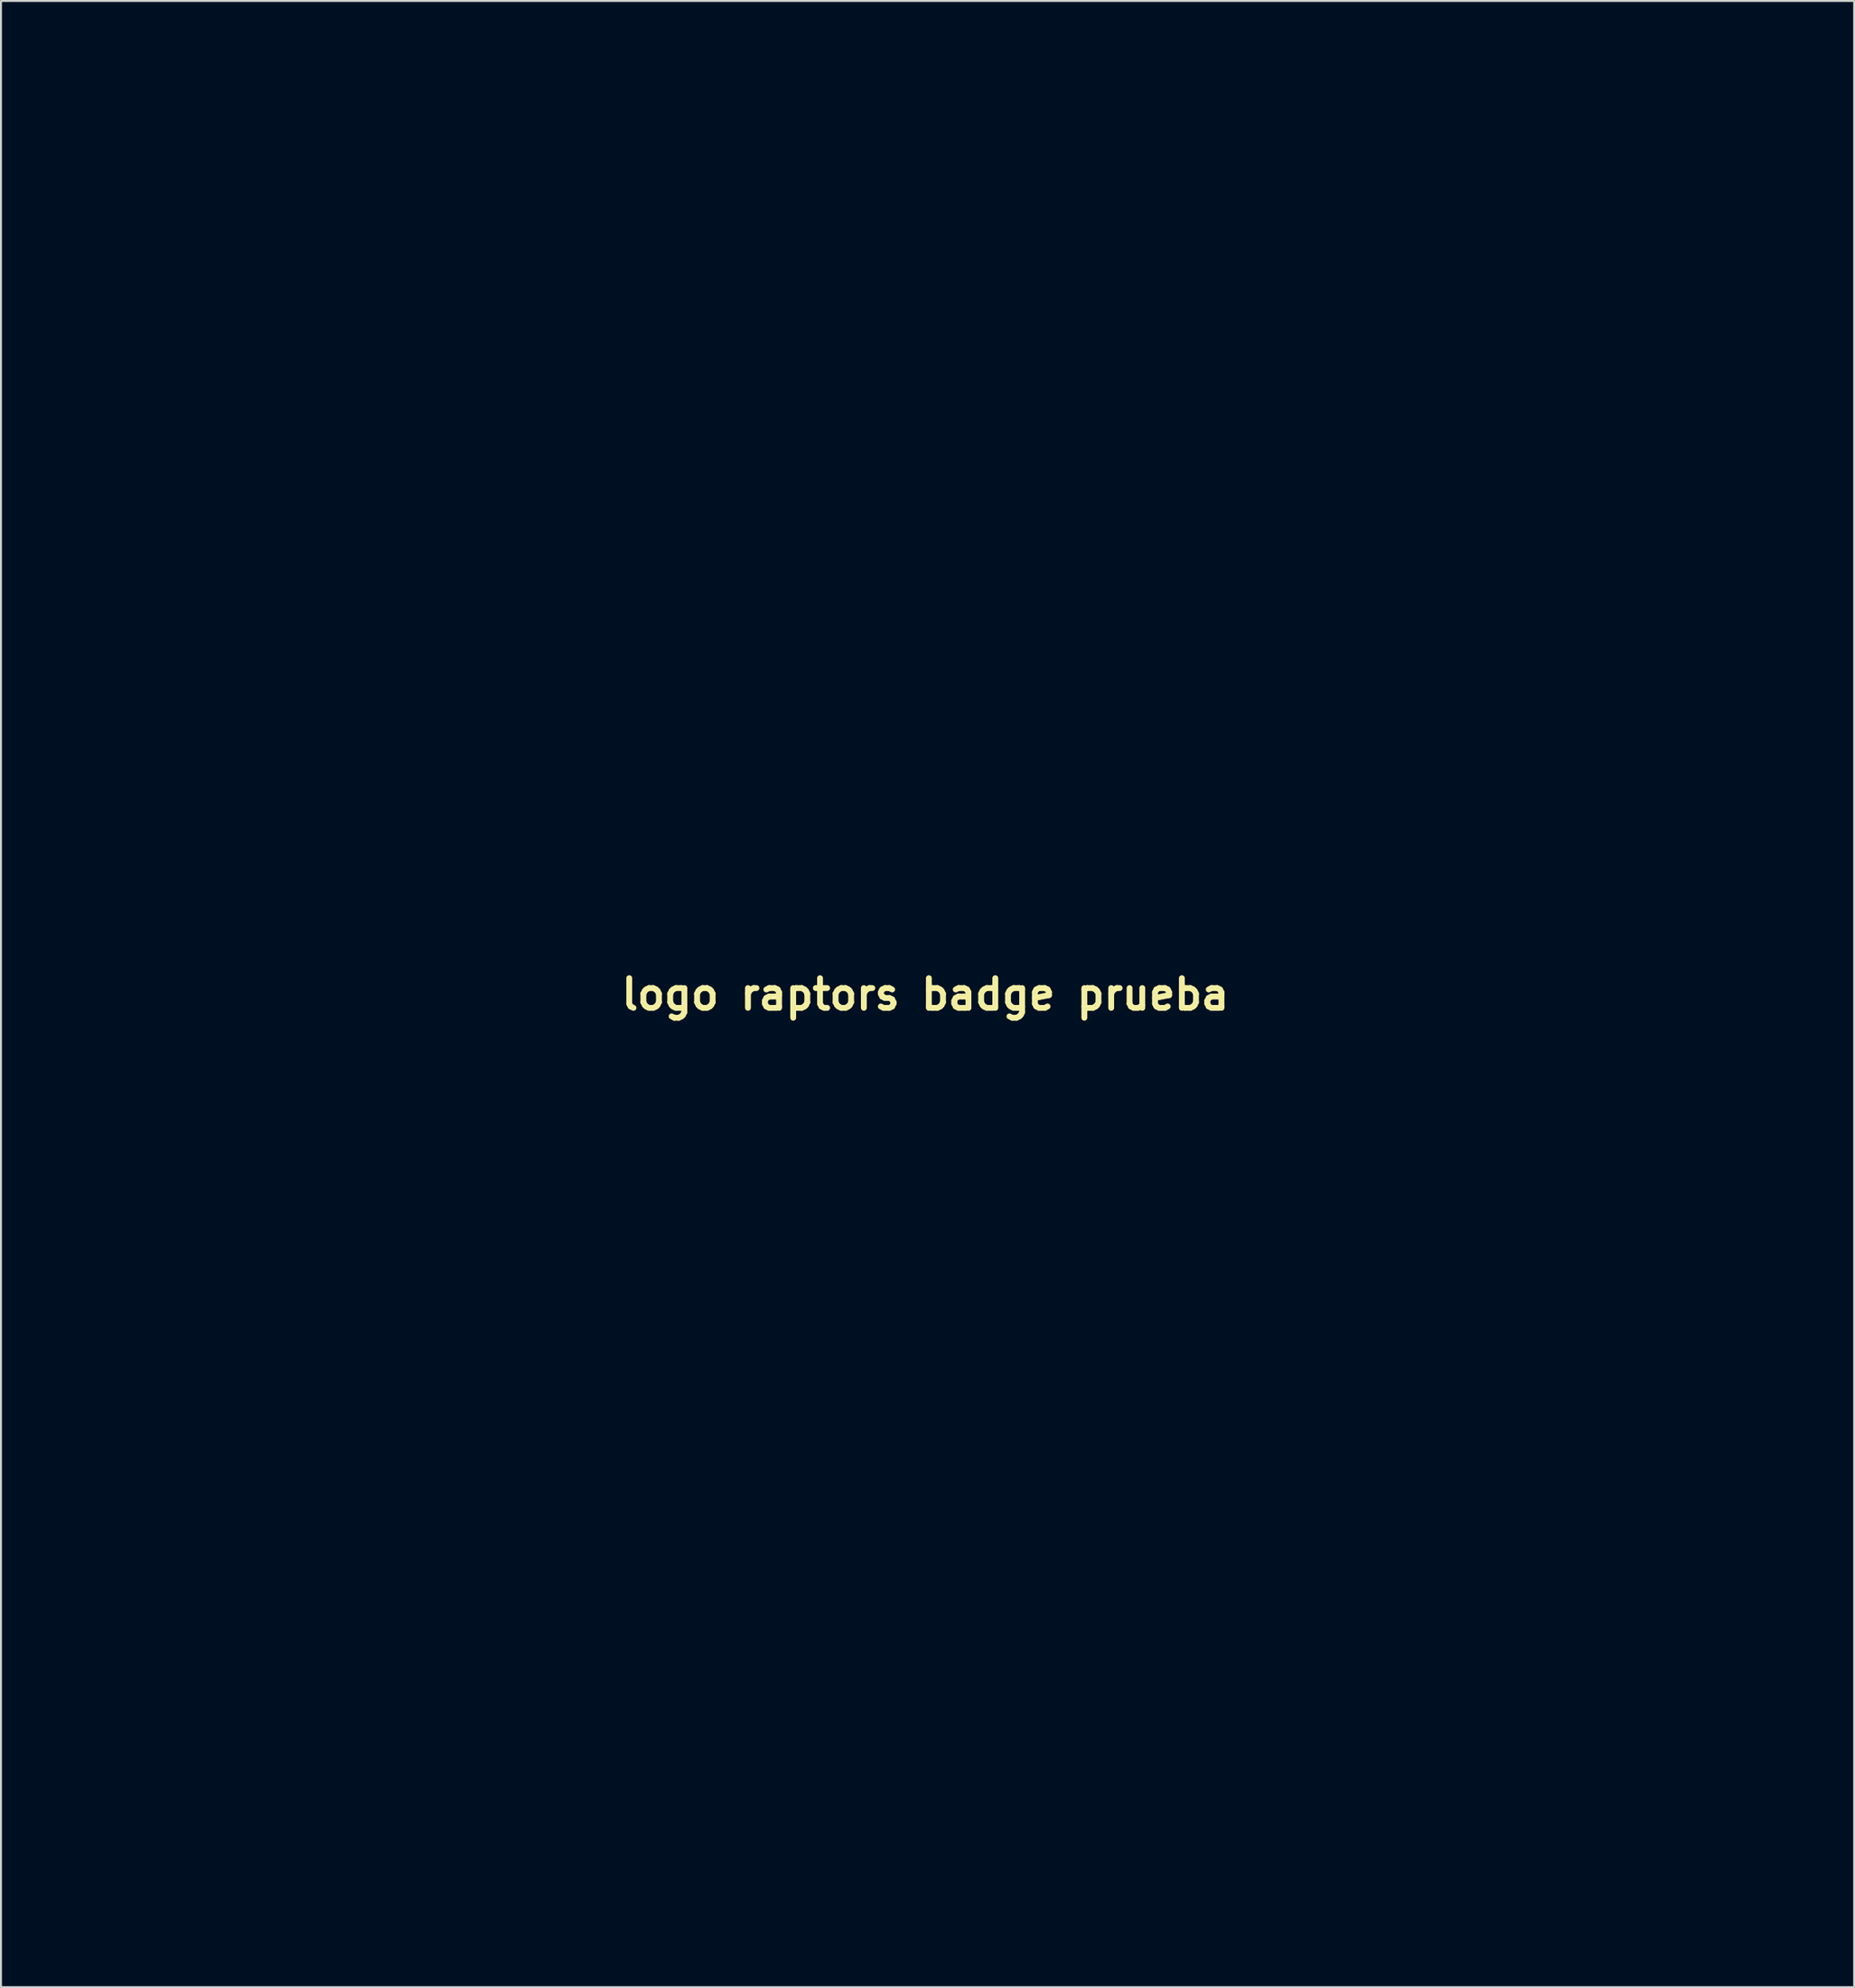
<source format=kicad_pcb>
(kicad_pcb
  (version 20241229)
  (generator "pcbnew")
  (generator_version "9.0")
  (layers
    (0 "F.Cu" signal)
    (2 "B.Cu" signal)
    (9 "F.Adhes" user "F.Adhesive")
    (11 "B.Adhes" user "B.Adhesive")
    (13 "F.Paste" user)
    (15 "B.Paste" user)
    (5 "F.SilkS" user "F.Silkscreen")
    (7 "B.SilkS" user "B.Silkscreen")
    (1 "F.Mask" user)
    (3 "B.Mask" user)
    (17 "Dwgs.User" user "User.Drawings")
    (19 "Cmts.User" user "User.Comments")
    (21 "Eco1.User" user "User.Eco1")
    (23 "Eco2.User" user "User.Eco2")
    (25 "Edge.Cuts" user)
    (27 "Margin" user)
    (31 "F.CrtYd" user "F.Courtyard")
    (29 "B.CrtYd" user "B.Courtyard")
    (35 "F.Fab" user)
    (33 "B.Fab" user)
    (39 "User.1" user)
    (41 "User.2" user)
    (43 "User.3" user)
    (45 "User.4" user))
  (footprint "logo raptors badge prueba"
    (layer "F.Cu")
    (at 44.464 47.993)
    (property "Reference" "logo raptors badge prueba" (at 0 0 0) (layer "F.SilkS") (effects (font (size 1.524 1.524) (thickness 0.3))))
    (attr through_hole)
    (fp_poly (pts (xy 25.04 -35.11) (xy 25.268 -34.666) (xy 25.111 -34.572) (xy 24.594 -34.832) (xy 24.504 -34.948) (xy 24.371 -35.408) (xy 24.645 -35.445) (xy 25.04 -35.11)) (stroke (width 0.01) (type solid)) (fill yes) (layer "F.Mask"))
    (fp_poly (pts (xy 41.152 -28.113) (xy 41.214 -27.958) (xy 40.842 -27.198) (xy 40.332 -26.23) (xy 39.79 -25.247) (xy 39.326 -24.444) (xy 39.047 -24.015) (xy 39.015 -23.989) (xy 39.025 -24.299) (xy 39.182 -25.108) (xy 39.418 -26.106) (xy 39.77 -27.32) (xy 40.106 -27.976) (xy 40.506 -28.212) (xy 40.642 -28.222) (xy 41.152 -28.113)) (stroke (width 0.01) (type solid)) (fill yes) (layer "F.Mask"))
    (fp_poly (pts (xy -11.091 8.529) (xy -10.936 8.819) (xy -11.222 9.131) (xy -11.474 9.172) (xy -11.985 9.467) (xy -12.352 10.066) (xy -12.46 11.097) (xy -12.052 11.92) (xy -11.246 12.332) (xy -11.028 12.347) (xy -10.406 12.48) (xy -10.231 12.7) (xy -10.536 12.951) (xy -11.248 13.053) (xy -12.297 12.753) (xy -12.836 12.183) (xy -13.352 10.982) (xy -13.204 9.864) (xy -12.856 9.251) (xy -12.288 8.736) (xy -11.618 8.478) (xy -11.091 8.529)) (stroke (width 0.01) (type solid)) (fill yes) (layer "F.Mask"))
    (fp_poly (pts (xy 9.02 -36.587) (xy 11.109 -35.622) (xy 11.447 -35.429) (xy 13.825 -34.043) (xy 12.469 -33.956) (xy 11.001 -33.84) (xy 9.332 -33.675) (xy 7.635 -33.483) (xy 6.083 -33.284) (xy 4.85 -33.1) (xy 4.109 -32.951) (xy 4.03 -32.926) (xy 3.647 -32.859) (xy 3.533 -33.172) (xy 3.632 -34.018) (xy 3.634 -34.035) (xy 3.999 -35.181) (xy 4.597 -36.172) (xy 4.66 -36.244) (xy 5.744 -36.904) (xy 7.214 -37.017) (xy 9.02 -36.587)) (stroke (width 0.01) (type solid)) (fill yes) (layer "F.Mask"))
    (fp_poly (pts (xy -20.534 10.325) (xy -20.308 10.71) (xy -20.103 11.537) (xy -19.937 12.472) (xy -19.744 13.345) (xy -19.437 13.695) (xy -18.827 13.701) (xy -18.659 13.677) (xy -17.859 13.656) (xy -17.425 13.82) (xy -17.422 14.078) (xy -17.857 14.295) (xy -18.845 14.516) (xy -19.272 14.592) (xy -19.972 14.666) (xy -20.333 14.455) (xy -20.53 13.789) (xy -20.612 13.3) (xy -20.811 12.158) (xy -21.007 11.189) (xy -21.045 11.024) (xy -21.059 10.391) (xy -20.841 10.231) (xy -20.534 10.325)) (stroke (width 0.01) (type solid)) (fill yes) (layer "F.Mask"))
    (fp_poly (pts (xy 11.074 4.962) (xy 10.99 5.267) (xy 10.596 5.464) (xy 9.852 5.969) (xy 9.516 6.739) (xy 9.553 7.574) (xy 9.926 8.273) (xy 10.601 8.634) (xy 11.151 8.602) (xy 11.784 8.562) (xy 11.994 8.74) (xy 11.696 9.067) (xy 11 9.369) (xy 10.208 9.519) (xy 10.166 9.52) (xy 9.824 9.264) (xy 9.288 8.625) (xy 9.17 8.463) (xy 8.682 7.632) (xy 8.623 6.9) (xy 8.808 6.208) (xy 9.348 5.228) (xy 9.975 4.811) (xy 10.691 4.763) (xy 11.074 4.962)) (stroke (width 0.01) (type solid)) (fill yes) (layer "F.Mask"))
    (fp_poly (pts (xy -7.047 8.182) (xy -6.991 8.24) (xy -6.879 8.788) (xy -7.287 9.002) (xy -7.637 8.927) (xy -8.036 8.91) (xy -8.009 9.383) (xy -7.707 10.687) (xy -7.56 11.785) (xy -7.584 12.507) (xy -7.729 12.7) (xy -8.006 12.389) (xy -8.252 11.619) (xy -8.297 11.377) (xy -8.498 10.413) (xy -8.742 9.577) (xy -8.97 9.031) (xy -9.121 8.937) (xy -9.148 9.084) (xy -9.343 9.501) (xy -9.675 9.422) (xy -9.875 8.932) (xy -9.878 8.858) (xy -9.69 8.372) (xy -9.024 8.103) (xy -8.555 8.031) (xy -7.637 8.016) (xy -7.047 8.182)) (stroke (width 0.01) (type solid)) (fill yes) (layer "F.Mask"))
    (fp_poly (pts (xy 3.765 6.147) (xy 4.011 6.679) (xy 4.245 7.713) (xy 4.409 8.695) (xy 4.479 9.833) (xy 4.257 10.332) (xy 3.77 10.179) (xy 3.048 9.364) (xy 2.98 9.27) (xy 2.042 7.938) (xy 2.233 9.254) (xy 2.265 10.153) (xy 2.114 10.747) (xy 1.843 10.883) (xy 1.647 10.677) (xy 1.516 10.202) (xy 1.351 9.26) (xy 1.235 8.421) (xy 1.147 7.062) (xy 1.291 6.336) (xy 1.651 6.258) (xy 2.212 6.842) (xy 2.468 7.23) (xy 3.067 8.129) (xy 3.384 8.396) (xy 3.448 8.032) (xy 3.328 7.232) (xy 3.254 6.343) (xy 3.446 5.998) (xy 3.465 5.997) (xy 3.765 6.147)) (stroke (width 0.01) (type solid)) (fill yes) (layer "F.Mask"))
    (fp_poly (pts (xy 13.794 4.527) (xy 14.254 5.266) (xy 14.738 6.236) (xy 15.148 7.221) (xy 15.384 8.008) (xy 15.366 8.369) (xy 15.014 8.367) (xy 14.915 8.202) (xy 14.511 7.832) (xy 13.915 7.794) (xy 13.467 8.068) (xy 13.406 8.29) (xy 13.215 8.76) (xy 13.053 8.819) (xy 12.759 8.526) (xy 12.7 8.163) (xy 12.761 7.081) (xy 12.812 6.703) (xy 13.758 6.703) (xy 13.887 6.993) (xy 13.994 6.938) (xy 14.036 6.519) (xy 13.994 6.468) (xy 13.784 6.516) (xy 13.758 6.703) (xy 12.812 6.703) (xy 12.916 5.94) (xy 13.124 4.954) (xy 13.344 4.338) (xy 13.457 4.233) (xy 13.794 4.527)) (stroke (width 0.01) (type solid)) (fill yes) (layer "F.Mask"))
    (fp_poly (pts (xy -21.864 10.573) (xy -22.072 10.875) (xy -22.924 11.164) (xy -22.931 11.165) (xy -23.668 11.471) (xy -23.975 11.89) (xy -23.796 12.241) (xy -23.283 12.347) (xy -22.676 12.519) (xy -22.666 12.891) (xy -23.107 13.18) (xy -23.573 13.666) (xy -23.636 13.963) (xy -23.506 14.333) (xy -22.998 14.4) (xy -22.401 14.311) (xy -21.545 14.259) (xy -21.176 14.431) (xy -21.37 14.717) (xy -21.96 14.947) (xy -23.137 15.196) (xy -23.852 15.092) (xy -24.25 14.524) (xy -24.477 13.384) (xy -24.521 13.031) (xy -24.632 11.89) (xy -24.673 11.074) (xy -24.643 10.785) (xy -24.248 10.658) (xy -23.427 10.481) (xy -23.195 10.438) (xy -22.254 10.384) (xy -21.864 10.573)) (stroke (width 0.01) (type solid)) (fill yes) (layer "F.Mask"))
    (fp_poly (pts (xy -14.484 9.438) (xy -14.573 9.704) (xy -15.292 9.999) (xy -15.522 10.054) (xy -16.258 10.377) (xy -16.565 10.813) (xy -16.391 11.176) (xy -15.875 11.289) (xy -15.302 11.437) (xy -15.169 11.642) (xy -15.455 11.955) (xy -15.699 11.994) (xy -16.132 12.287) (xy -16.228 12.678) (xy -16.126 13.121) (xy -15.689 13.242) (xy -14.993 13.161) (xy -14.073 13.131) (xy -13.769 13.345) (xy -14.109 13.66) (xy -14.861 13.891) (xy -15.894 14.06) (xy -16.511 13.965) (xy -16.864 13.477) (xy -17.102 12.47) (xy -17.197 11.906) (xy -17.376 10.761) (xy -17.489 9.947) (xy -17.51 9.653) (xy -17.168 9.573) (xy -16.364 9.426) (xy -15.963 9.358) (xy -14.967 9.291) (xy -14.484 9.438)) (stroke (width 0.01) (type solid)) (fill yes) (layer "F.Mask"))
    (fp_poly (pts (xy -0.456 6.482) (xy -0.455 6.889) (xy -0.612 7.103) (xy -0.725 7.525) (xy -0.27 8.113) (xy -0.067 8.295) (xy 0.548 8.93) (xy 0.673 9.514) (xy 0.515 10.102) (xy -0.012 10.975) (xy -0.701 11.177) (xy -1.487 10.691) (xy -1.563 10.611) (xy -2.007 9.805) (xy -2.003 9.757) (xy -1.224 9.757) (xy -1.025 10.095) (xy -0.632 10.442) (xy -0.336 10.183) (xy -0.263 10.058) (xy -0.188 9.293) (xy -0.387 8.955) (xy -0.779 8.608) (xy -1.076 8.867) (xy -1.148 8.992) (xy -1.224 9.757) (xy -2.003 9.757) (xy -1.925 8.922) (xy -1.742 8.071) (xy -1.711 7.544) (xy -1.543 7.048) (xy -1.082 6.596) (xy -0.6 6.419) (xy -0.456 6.482)) (stroke (width 0.01) (type solid)) (fill yes) (layer "F.Mask"))
    (fp_poly (pts (xy 7.561 5.358) (xy 7.761 5.635) (xy 7.761 5.644) (xy 7.475 5.957) (xy 7.232 5.997) (xy 6.847 6.13) (xy 6.721 6.617) (xy 6.833 7.595) (xy 6.923 8.07) (xy 7.235 8.896) (xy 7.792 9.17) (xy 7.876 9.172) (xy 8.359 9.263) (xy 8.275 9.486) (xy 7.732 9.764) (xy 6.838 10.021) (xy 6.615 10.066) (xy 5.636 10.152) (xy 5.292 9.933) (xy 5.292 9.917) (xy 5.58 9.577) (xy 5.865 9.525) (xy 6.242 9.378) (xy 6.286 8.822) (xy 6.218 8.423) (xy 6.06 7.49) (xy 5.997 6.835) (xy 5.703 6.442) (xy 5.292 6.35) (xy 4.68 6.232) (xy 4.658 5.959) (xy 5.169 5.655) (xy 5.689 5.512) (xy 6.906 5.319) (xy 7.561 5.358)) (stroke (width 0.01) (type solid)) (fill yes) (layer "F.Mask"))
    (fp_poly (pts (xy -4.125 7.336) (xy -3.403 7.7) (xy -3.166 8.291) (xy -3.512 8.991) (xy -3.716 9.182) (xy -4.031 9.557) (xy -3.898 9.974) (xy -3.479 10.459) (xy -2.95 11.161) (xy -2.941 11.494) (xy -3.351 11.423) (xy -4.08 10.912) (xy -4.276 10.734) (xy -5.37 9.701) (xy -5.127 10.848) (xy -5.08 11.64) (xy -5.269 12.012) (xy -5.567 11.861) (xy -5.777 11.377) (xy -5.935 10.66) (xy -6.119 9.584) (xy -6.187 9.129) (xy -6.28 8.467) (xy -5.468 8.467) (xy -5.36 8.744) (xy -4.96 8.819) (xy -4.375 8.676) (xy -4.233 8.467) (xy -4.518 8.15) (xy -4.742 8.114) (xy -5.342 8.329) (xy -5.468 8.467) (xy -6.28 8.467) (xy -6.417 7.498) (xy -5.237 7.318) (xy -4.125 7.336)) (stroke (width 0.01) (type solid)) (fill yes) (layer "F.Mask"))
    (fp_poly (pts (xy 6.834 13.637) (xy 7.932 14.26) (xy 9.172 15.205) (xy 9.172 25.86) (xy 8.026 27.354) (xy 7.065 28.403) (xy 6.051 28.993) (xy 5.345 29.2) (xy 4.343 29.379) (xy 3.662 29.273) (xy 2.954 28.792) (xy 2.611 28.497) (xy 1.411 27.444) (xy 1.424 21.924) (xy 1.425 21.627) (xy 3.175 21.627) (xy 3.193 23.524) (xy 3.256 24.844) (xy 3.379 25.716) (xy 3.579 26.268) (xy 3.759 26.519) (xy 4.667 27.09) (xy 5.635 27.024) (xy 6.457 26.337) (xy 6.486 26.294) (xy 6.722 25.588) (xy 6.902 24.382) (xy 7.024 22.845) (xy 7.086 21.142) (xy 7.085 19.44) (xy 7.019 17.906) (xy 6.885 16.707) (xy 6.682 16.01) (xy 6.632 15.946) (xy 5.793 15.545) (xy 4.821 15.717) (xy 3.932 16.419) (xy 3.906 16.452) (xy 3.591 16.926) (xy 3.381 17.494) (xy 3.256 18.302) (xy 3.194 19.495) (xy 3.175 21.22) (xy 3.175 21.627) (xy 1.425 21.627) (xy 1.438 16.404) (xy 2.591 15.057) (xy 3.933 13.904) (xy 5.367 13.427) (xy 6.834 13.637)) (stroke (width 0.01) (type solid)) (fill yes) (layer "F.Mask"))
    (fp_poly (pts (xy -11.761 17.883) (xy -11.182 18.352) (xy -10.833 18.795) (xy -10.655 19.401) (xy -10.592 20.355) (xy -10.583 21.674) (xy -10.603 23.144) (xy -10.702 24.135) (xy -10.936 24.869) (xy -11.366 25.572) (xy -11.708 26.03) (xy -12.556 26.984) (xy -13.39 27.492) (xy -14.354 27.721) (xy -15.875 27.95) (xy -15.875 33.161) (xy -17.992 33.161) (xy -17.992 26.882) (xy -17.975 24.374) (xy -17.969 24.146) (xy -15.843 24.146) (xy -15.827 25.055) (xy -15.717 25.534) (xy -15.48 25.72) (xy -15.08 25.753) (xy -15.021 25.753) (xy -14.135 25.501) (xy -13.419 24.981) (xy -12.99 24.344) (xy -12.768 23.467) (xy -12.7 22.13) (xy -12.7 21.989) (xy -12.722 20.768) (xy -12.831 20.074) (xy -13.089 19.728) (xy -13.554 19.555) (xy -14.507 19.372) (xy -15.132 19.468) (xy -15.504 19.945) (xy -15.7 20.908) (xy -15.793 22.461) (xy -15.801 22.67) (xy -15.843 24.146) (xy -17.969 24.146) (xy -17.923 22.508) (xy -17.83 21.22) (xy -17.693 20.445) (xy -17.551 20.154) (xy -17.359 19.867) (xy -17.704 19.861) (xy -18.08 19.945) (xy -18.767 20.044) (xy -19.019 19.74) (xy -19.05 19.162) (xy -19.021 18.668) (xy -18.846 18.333) (xy -18.388 18.087) (xy -17.513 17.859) (xy -16.087 17.579) (xy -15.994 17.562) (xy -12.938 16.985) (xy -11.761 17.883)) (stroke (width 0.01) (type solid)) (fill yes) (layer "F.Mask"))
    (fp_poly (pts (xy -0.465 15.132) (xy -0.404 15.933) (xy -0.422 16.492) (xy -0.537 17.533) (xy -0.774 18.06) (xy -1.229 18.266) (xy -1.323 18.281) (xy -1.944 18.214) (xy -2.117 17.672) (xy -2.117 17.663) (xy -2.354 17.057) (xy -2.822 16.933) (xy -3.062 16.961) (xy -3.24 17.105) (xy -3.366 17.456) (xy -3.449 18.106) (xy -3.497 19.145) (xy -3.52 20.664) (xy -3.527 22.754) (xy -3.528 23.976) (xy -3.532 26.381) (xy -3.549 28.176) (xy -3.59 29.456) (xy -3.661 30.319) (xy -3.773 30.858) (xy -3.934 31.171) (xy -4.152 31.352) (xy -4.21 31.385) (xy -4.685 31.615) (xy -5.042 31.676) (xy -5.297 31.488) (xy -5.467 30.972) (xy -5.571 30.049) (xy -5.623 28.64) (xy -5.642 26.666) (xy -5.644 24.694) (xy -5.647 22.298) (xy -5.662 20.515) (xy -5.697 19.257) (xy -5.762 18.431) (xy -5.866 17.948) (xy -6.018 17.715) (xy -6.227 17.643) (xy -6.343 17.639) (xy -7.001 17.954) (xy -7.257 18.495) (xy -7.68 19.283) (xy -8.327 19.657) (xy -8.851 19.559) (xy -9.076 19.083) (xy -9.163 18.221) (xy -9.117 17.282) (xy -8.942 16.571) (xy -8.806 16.396) (xy -8.357 16.261) (xy -7.389 16.04) (xy -6.078 15.768) (xy -4.602 15.478) (xy -3.136 15.205) (xy -1.857 14.982) (xy -0.942 14.845) (xy -0.626 14.817) (xy -0.465 15.132)) (stroke (width 0.01) (type solid)) (fill yes) (layer "F.Mask"))
    (fp_poly (pts (xy 4.057 -11.591) (xy 5.956 -10.02) (xy 7.481 -8.947) (xy 8.707 -8.327) (xy 9.708 -8.115) (xy 9.77 -8.114) (xy 10.592 -8.058) (xy 10.88 -7.818) (xy 10.834 -7.41) (xy 10.793 -7.017) (xy 11.02 -6.853) (xy 11.637 -6.912) (xy 12.769 -7.19) (xy 13.194 -7.305) (xy 13.673 -7.327) (xy 13.635 -6.92) (xy 13.291 -6.064) (xy 13.17 -5.765) (xy 13.111 -5.391) (xy 13.467 -5.303) (xy 14.14 -5.399) (xy 15.243 -5.625) (xy 16.18 -5.859) (xy 16.665 -5.944) (xy 16.847 -5.749) (xy 16.736 -5.15) (xy 16.34 -4.027) (xy 16.324 -3.984) (xy 16.474 -3.771) (xy 17.07 -3.821) (xy 17.927 -4.085) (xy 18.858 -4.513) (xy 19.276 -4.763) (xy 19.897 -5.116) (xy 20.195 -5.046) (xy 20.333 -4.764) (xy 20.421 -4.028) (xy 20.335 -3.164) (xy 20.24 -2.433) (xy 20.301 -2.117) (xy 20.305 -2.117) (xy 20.96 -2.296) (xy 21.879 -2.727) (xy 22.753 -3.247) (xy 23.238 -3.65) (xy 23.794 -4.158) (xy 24.143 -4.053) (xy 24.313 -3.305) (xy 24.342 -2.469) (xy 24.375 -1.463) (xy 24.462 -0.824) (xy 24.529 -0.706) (xy 24.947 -0.829) (xy 25.743 -1.135) (xy 25.949 -1.22) (xy 27.025 -1.933) (xy 27.828 -3.139) (xy 27.88 -3.249) (xy 28.58 -4.763) (xy 28.456 -2.681) (xy 28.26 -1.2) (xy 27.813 -0.26) (xy 27.01 0.211) (xy 25.744 0.286) (xy 24.342 0.11) (xy 19.654 -1.021) (xy 15.207 -2.807) (xy 11.039 -5.227) (xy 7.19 -8.261) (xy 5.292 -10.111) (xy 4.437 -11.023) (xy 3.938 -11.591) (xy 3.843 -11.758) (xy 4.057 -11.591)) (stroke (width 0.01) (type solid)) (fill yes) (layer "F.Mask"))
    (fp_poly (pts (xy 16.553 11.9) (xy 17.419 12.423) (xy 17.786 12.722) (xy 18.448 13.341) (xy 18.826 13.89) (xy 19 14.595) (xy 19.048 15.684) (xy 19.05 16.319) (xy 19.01 17.743) (xy 18.851 18.71) (xy 18.512 19.468) (xy 18.158 19.976) (xy 17.266 21.145) (xy 18.523 23.64) (xy 19.202 25.081) (xy 19.507 26.021) (xy 19.439 26.556) (xy 19.001 26.782) (xy 18.588 26.81) (xy 18.079 26.649) (xy 17.548 26.092) (xy 16.901 25.028) (xy 16.621 24.498) (xy 15.942 23.267) (xy 15.429 22.574) (xy 14.979 22.302) (xy 14.681 22.295) (xy 14.292 22.423) (xy 14.046 22.774) (xy 13.892 23.498) (xy 13.779 24.747) (xy 13.758 25.047) (xy 13.65 26.404) (xy 13.512 27.209) (xy 13.291 27.616) (xy 12.931 27.781) (xy 12.773 27.808) (xy 11.965 27.922) (xy 12.068 21.197) (xy 12.1 18.863) (xy 12.109 17.145) (xy 12.088 15.954) (xy 12.03 15.2) (xy 11.928 14.793) (xy 11.775 14.644) (xy 11.564 14.665) (xy 11.553 14.668) (xy 11.113 14.67) (xy 10.95 14.191) (xy 13.758 14.191) (xy 13.758 20.538) (xy 14.728 20.302) (xy 15.692 19.842) (xy 16.308 19.293) (xy 16.722 18.372) (xy 16.914 17.123) (xy 16.879 15.833) (xy 16.61 14.787) (xy 16.405 14.464) (xy 15.546 14.027) (xy 14.817 14.036) (xy 13.758 14.191) (xy 10.95 14.191) (xy 10.948 14.186) (xy 10.936 13.806) (xy 10.986 13.189) (xy 11.23 12.787) (xy 11.811 12.52) (xy 12.868 12.305) (xy 13.758 12.171) (xy 14.862 11.995) (xy 15.737 11.826) (xy 15.934 11.778) (xy 16.553 11.9)) (stroke (width 0.01) (type solid)) (fill yes) (layer "F.Mask"))
    (fp_poly (pts (xy 27.709 7.361) (xy 28.516 7.884) (xy 29.016 8.308) (xy 29.882 9.241) (xy 30.273 10.08) (xy 30.339 10.744) (xy 30.29 11.616) (xy 30.015 12.081) (xy 29.324 12.36) (xy 28.84 12.482) (xy 28.146 12.572) (xy 27.898 12.256) (xy 27.869 11.719) (xy 27.633 10.607) (xy 26.913 10.005) (xy 26.076 9.878) (xy 25.106 10.199) (xy 24.383 11.062) (xy 24.015 12.32) (xy 23.989 12.791) (xy 24.022 13.342) (xy 24.198 13.77) (xy 24.634 14.175) (xy 25.446 14.658) (xy 26.75 15.319) (xy 27.164 15.522) (xy 30.339 17.078) (xy 30.332 19.564) (xy 30.306 20.892) (xy 30.176 21.778) (xy 29.846 22.483) (xy 29.221 23.273) (xy 28.832 23.709) (xy 27.863 24.694) (xy 27.038 25.249) (xy 26.104 25.527) (xy 25.753 25.58) (xy 24.701 25.656) (xy 23.932 25.464) (xy 23.102 24.901) (xy 22.842 24.688) (xy 22.025 23.927) (xy 21.637 23.233) (xy 21.523 22.278) (xy 21.519 21.888) (xy 21.566 20.833) (xy 21.762 20.277) (xy 22.193 20.013) (xy 22.313 19.978) (xy 23.285 19.793) (xy 23.792 20.002) (xy 24.008 20.731) (xy 24.057 21.248) (xy 24.202 22.247) (xy 24.542 22.785) (xy 25.13 23.079) (xy 26.185 23.133) (xy 27.063 22.595) (xy 27.659 21.573) (xy 27.869 20.233) (xy 27.869 18.718) (xy 24.701 17.032) (xy 21.532 15.346) (xy 21.526 13.268) (xy 21.573 12.002) (xy 21.8 11.078) (xy 22.321 10.163) (xy 22.825 9.478) (xy 23.756 8.395) (xy 24.586 7.798) (xy 25.382 7.557) (xy 26.377 7.378) (xy 27.12 7.225) (xy 27.164 7.214) (xy 27.709 7.361)) (stroke (width 0.01) (type solid)) (fill yes) (layer "F.Mask"))
    (fp_poly (pts (xy -22.207 18.954) (xy -22.099 19.352) (xy -21.913 20.327) (xy -21.668 21.758) (xy -21.382 23.523) (xy -21.074 25.502) (xy -20.763 27.573) (xy -20.467 29.614) (xy -20.207 31.504) (xy -20 33.122) (xy -19.995 33.161) (xy -20.222 33.598) (xy -20.828 33.81) (xy -21.508 33.751) (xy -21.915 33.457) (xy -22.127 32.787) (xy -22.22 31.836) (xy -22.22 31.827) (xy -22.376 30.891) (xy -22.898 30.464) (xy -23.883 30.49) (xy -24.385 30.604) (xy -25.082 30.838) (xy -25.476 31.214) (xy -25.705 31.937) (xy -25.846 32.807) (xy -26.01 33.866) (xy -26.145 34.581) (xy -26.2 34.764) (xy -26.563 34.882) (xy -27.23 35.053) (xy -27.868 35.154) (xy -28.08 34.909) (xy -28.013 34.146) (xy -28.011 34.132) (xy -27.529 30.805) (xy -27.161 28.212) (xy -25.047 28.212) (xy -24.793 28.49) (xy -24.078 28.408) (xy -23.327 28.187) (xy -22.969 28.026) (xy -22.943 27.63) (xy -23.022 26.746) (xy -23.176 25.561) (xy -23.376 24.261) (xy -23.592 23.036) (xy -23.795 22.073) (xy -23.955 21.559) (xy -23.994 21.519) (xy -24.116 21.839) (xy -24.295 22.678) (xy -24.502 23.853) (xy -24.71 25.183) (xy -24.889 26.487) (xy -25.01 27.581) (xy -25.047 28.212) (xy -27.161 28.212) (xy -27.147 28.11) (xy -26.857 25.983) (xy -26.654 24.36) (xy -26.531 23.174) (xy -26.48 22.362) (xy -26.496 21.859) (xy -26.572 21.6) (xy -26.701 21.52) (xy -26.718 21.519) (xy -27.079 21.223) (xy -27.099 20.549) (xy -26.978 20.013) (xy -26.659 19.665) (xy -25.975 19.406) (xy -24.765 19.139) (xy -24.72 19.131) (xy -23.525 18.94) (xy -22.616 18.879) (xy -22.207 18.954)) (stroke (width 0.01) (type solid)) (fill yes) (layer "F.Mask"))
    (fp_poly (pts (xy -32.967 18.454) (xy -32.38 18.688) (xy -31.793 19.152) (xy -31.309 19.604) (xy -30.644 20.264) (xy -30.25 20.822) (xy -30.057 21.494) (xy -29.992 22.494) (xy -29.986 23.595) (xy -30.013 25.048) (xy -30.132 26.032) (xy -30.404 26.782) (xy -30.885 27.536) (xy -31.01 27.706) (xy -32.034 29.079) (xy -30.473 32.187) (xy -29.714 33.78) (xy -29.318 34.82) (xy -29.273 35.349) (xy -29.361 35.431) (xy -30.304 35.696) (xy -30.958 35.738) (xy -31.465 35.461) (xy -31.965 34.772) (xy -32.599 33.576) (xy -32.839 33.101) (xy -33.601 31.669) (xy -34.166 30.82) (xy -34.591 30.479) (xy -34.797 30.485) (xy -35.463 30.671) (xy -35.659 30.692) (xy -35.807 31.017) (xy -35.919 31.885) (xy -35.978 33.132) (xy -35.983 33.649) (xy -35.997 35.099) (xy -36.062 35.995) (xy -36.216 36.487) (xy -36.497 36.726) (xy -36.777 36.819) (xy -37.33 36.962) (xy -37.745 36.998) (xy -38.043 36.844) (xy -38.243 36.418) (xy -38.364 35.637) (xy -38.427 34.418) (xy -38.45 32.677) (xy -38.453 30.334) (xy -38.453 29.704) (xy -38.44 27.001) (xy -38.398 24.939) (xy -38.324 23.457) (xy -38.215 22.489) (xy -38.066 21.974) (xy -38.012 21.897) (xy -37.812 21.593) (xy -38.14 21.572) (xy -38.541 21.657) (xy -39.188 21.753) (xy -39.456 21.506) (xy -39.475 21.249) (xy -35.983 21.249) (xy -35.983 24.736) (xy -35.973 26.332) (xy -35.924 27.352) (xy -35.812 27.921) (xy -35.612 28.169) (xy -35.305 28.222) (xy -34.607 28.004) (xy -33.736 27.465) (xy -33.541 27.309) (xy -32.944 26.746) (xy -32.618 26.178) (xy -32.482 25.369) (xy -32.456 24.142) (xy -32.489 22.865) (xy -32.628 22.092) (xy -32.929 21.622) (xy -33.249 21.377) (xy -34.279 21.037) (xy -35.013 21.057) (xy -35.983 21.249) (xy -39.475 21.249) (xy -39.511 20.742) (xy -39.511 20.644) (xy -39.475 19.825) (xy -39.385 19.414) (xy -39.366 19.403) (xy -38.975 19.341) (xy -38.068 19.177) (xy -36.819 18.943) (xy -36.455 18.874) (xy -34.831 18.571) (xy -33.726 18.423) (xy -32.967 18.454)) (stroke (width 0.01) (type solid)) (fill yes) (layer "F.Mask"))
    (fp_poly (pts (xy 20.983 -23.21) (xy 24.412 -23.061) (xy 27.383 -22.771) (xy 29.787 -22.343) (xy 30.138 -22.255) (xy 31.682 -21.777) (xy 33.243 -21.175) (xy 34.664 -20.525) (xy 35.79 -19.9) (xy 36.464 -19.374) (xy 36.577 -19.195) (xy 36.372 -18.81) (xy 35.719 -18.271) (xy 34.818 -17.708) (xy 33.866 -17.251) (xy 33.362 -17.084) (xy 32.703 -17.015) (xy 32.467 -17.16) (xy 32.669 -17.651) (xy 32.996 -18.147) (xy 33.457 -18.886) (xy 33.402 -19.155) (xy 32.859 -18.923) (xy 32.512 -18.683) (xy 31.717 -18.237) (xy 30.671 -17.821) (xy 29.601 -17.504) (xy 28.737 -17.356) (xy 28.321 -17.423) (xy 28.403 -17.781) (xy 28.797 -18.504) (xy 29.063 -18.914) (xy 29.575 -19.731) (xy 29.833 -20.274) (xy 29.835 -20.377) (xy 29.475 -20.306) (xy 28.688 -19.985) (xy 27.993 -19.654) (xy 26.734 -19.099) (xy 25.552 -18.7) (xy 24.607 -18.499) (xy 24.061 -18.535) (xy 23.989 -18.651) (xy 24.225 -19.077) (xy 24.727 -19.609) (xy 25.561 -20.45) (xy 25.817 -20.924) (xy 25.502 -21.009) (xy 24.623 -20.685) (xy 24.407 -20.582) (xy 23.066 -20.04) (xy 21.646 -19.632) (xy 21.167 -19.541) (xy 19.579 -19.308) (xy 20.549 -20.345) (xy 21.266 -21.166) (xy 21.442 -21.567) (xy 21.057 -21.599) (xy 20.197 -21.348) (xy 18.903 -20.979) (xy 17.654 -20.728) (xy 16.625 -20.617) (xy 15.992 -20.669) (xy 15.875 -20.789) (xy 16.132 -21.271) (xy 16.228 -21.343) (xy 16.58 -21.774) (xy 16.422 -22.088) (xy 15.963 -22.057) (xy 15.253 -21.856) (xy 14.174 -21.631) (xy 13.651 -21.54) (xy 12.641 -21.408) (xy 12.18 -21.458) (xy 12.13 -21.712) (xy 12.152 -21.775) (xy 12.142 -21.97) (xy 11.871 -22.095) (xy 11.242 -22.154) (xy 10.162 -22.154) (xy 8.534 -22.097) (xy 7.144 -22.034) (xy 5.339 -21.96) (xy 3.833 -21.922) (xy 2.741 -21.922) (xy 2.18 -21.96) (xy 2.134 -21.992) (xy 2.53 -22.087) (xy 3.518 -22.225) (xy 4.984 -22.394) (xy 6.817 -22.582) (xy 8.904 -22.774) (xy 9.013 -22.784) (xy 13.176 -23.074) (xy 17.201 -23.215) (xy 20.983 -23.21)) (stroke (width 0.01) (type solid)) (fill yes) (layer "F.Mask"))
    (fp_poly (pts (xy 9.747 -47.606) (xy 12.391 -46.615) (xy 14.539 -45.412) (xy 15.627 -44.736) (xy 16.341 -44.396) (xy 16.895 -44.342) (xy 17.505 -44.522) (xy 17.791 -44.639) (xy 19.821 -45.169) (xy 21.726 -45.006) (xy 23.508 -44.15) (xy 25.172 -42.599) (xy 25.665 -41.977) (xy 26.85 -40.398) (xy 27.728 -39.288) (xy 28.398 -38.542) (xy 28.963 -38.055) (xy 29.523 -37.721) (xy 29.915 -37.543) (xy 31.658 -37.152) (xy 32.569 -37.201) (xy 33.389 -37.271) (xy 34.034 -37.105) (xy 34.746 -36.598) (xy 35.419 -35.978) (xy 36.707 -34.794) (xy 37.663 -34.05) (xy 38.432 -33.669) (xy 39.159 -33.57) (xy 39.717 -33.627) (xy 40.605 -33.678) (xy 41.109 -33.386) (xy 41.319 -33.051) (xy 42.149 -31.82) (xy 43.186 -30.805) (xy 44.014 -30.308) (xy 44.508 -30.03) (xy 44.687 -29.562) (xy 44.625 -28.671) (xy 44.601 -28.494) (xy 43.984 -25.531) (xy 43.021 -22.701) (xy 41.784 -20.158) (xy 40.342 -18.057) (xy 39.318 -16.992) (xy 37.193 -15.505) (xy 34.707 -14.5) (xy 31.766 -13.942) (xy 30.632 -13.848) (xy 27.574 -13.664) (xy 28.976 -10.883) (xy 29.868 -8.851) (xy 30.613 -6.656) (xy 31.141 -4.538) (xy 31.383 -2.737) (xy 31.391 -2.458) (xy 31.306 -1.606) (xy 31.083 -0.412) (xy 30.91 0.314) (xy 30.422 2.194) (xy 31.88 1.965) (xy 33.21 1.756) (xy 34.529 1.549) (xy 34.66 1.528) (xy 35.983 1.321) (xy 35.983 27.521) (xy 32.055 31.576) (xy 30.706 32.95) (xy 29.517 34.125) (xy 28.58 35.015) (xy 27.983 35.533) (xy 27.822 35.631) (xy 27.68 35.306) (xy 27.573 34.442) (xy 27.52 33.208) (xy 27.517 32.808) (xy 27.507 31.498) (xy 27.48 30.513) (xy 27.441 30.019) (xy 27.428 29.991) (xy 27.074 30.054) (xy 26.101 30.232) (xy 24.585 30.511) (xy 22.602 30.877) (xy 20.226 31.316) (xy 17.533 31.814) (xy 14.599 32.357) (xy 13.935 32.48) (xy 8.746 33.441) (xy 4.184 34.285) (xy 0.18 35.024) (xy -3.333 35.671) (xy -6.423 36.237) (xy -9.158 36.735) (xy -11.605 37.177) (xy -13.832 37.576) (xy -15.907 37.944) (xy -17.896 38.292) (xy -19.868 38.634) (xy -21.891 38.981) (xy -22.931 39.158) (xy -25.355 39.573) (xy -27.581 39.958) (xy -29.504 40.294) (xy -31.019 40.563) (xy -32.02 40.746) (xy -32.367 40.815) (xy -32.73 40.938) (xy -32.961 41.197) (xy -33.09 41.726) (xy -33.147 42.664) (xy -33.161 44.145) (xy -33.161 44.488) (xy -33.187 46.2) (xy -33.273 47.291) (xy -33.429 47.841) (xy -33.602 47.95) (xy -34.036 47.764) (xy -34.962 47.268) (xy -36.272 46.523) (xy -37.86 45.588) (xy -39.251 44.75) (xy -44.459 41.579) (xy -44.366 28.648) (xy -44.288 17.751) (xy -42.151 17.751) (xy -42.149 18.106) (xy -42.141 19.082) (xy -42.128 20.597) (xy -42.11 22.565) (xy -42.088 24.904) (xy -42.062 27.529) (xy -42.046 29.177) (xy -41.936 40.54) (xy -38.871 42.319) (xy -35.807 44.099) (xy -35.703 41.632) (xy -35.626 40.324) (xy -35.497 39.56) (xy -35.259 39.176) (xy -34.86 39.009) (xy -34.821 39.001) (xy -34.079 38.855) (xy -32.773 38.608) (xy -31.034 38.283) (xy -28.992 37.906) (xy -26.779 37.5) (xy -24.523 37.089) (xy -22.357 36.697) (xy -20.461 36.357) (xy -18.645 36.047) (xy -16.893 35.77) (xy -15.431 35.562) (xy -14.64 35.469) (xy -13.507 35.325) (xy -11.942 35.08) (xy -10.204 34.774) (xy -9.349 34.612) (xy -7.53 34.262) (xy -5.668 33.913) (xy -4.065 33.622) (xy -3.528 33.529) (xy -1.878 33.221) (xy -0.108 32.854) (xy 0.882 32.63) (xy 1.713 32.45) (xy 3.094 32.173) (xy 4.93 31.817) (xy 7.13 31.398) (xy 9.601 30.934) (xy 12.248 30.441) (xy 14.98 29.937) (xy 17.703 29.439) (xy 20.325 28.964) (xy 22.751 28.528) (xy 24.89 28.149) (xy 26.647 27.844) (xy 27.931 27.631) (xy 28.648 27.525) (xy 28.749 27.517) (xy 29.064 27.683) (xy 29.229 28.273) (xy 29.28 29.42) (xy 29.281 29.535) (xy 29.281 31.553) (xy 31.574 29.281) (xy 33.867 27.008) (xy 33.867 16.547) (xy 33.86 13.849) (xy 33.84 11.338) (xy 33.81 9.113) (xy 33.771 7.272) (xy 33.725 5.915) (xy 33.673 5.139) (xy 33.659 5.046) (xy 33.451 4.006) (xy 30.748 4.49) (xy 29.306 4.753) (xy 27.423 5.102) (xy 25.354 5.489) (xy 23.508 5.839) (xy 21.772 6.162) (xy 20.263 6.431) (xy 19.13 6.619) (xy 18.52 6.701) (xy 18.481 6.703) (xy 18.124 6.401) (xy 17.993 5.47) (xy 17.992 5.329) (xy 17.992 3.956) (xy 19.491 4.302) (xy 20.727 4.469) (xy 22.226 4.512) (xy 23.042 4.473) (xy 25.265 3.99) (xy 27.026 2.982) (xy 28.298 1.479) (xy 29.055 -0.489) (xy 29.273 -2.55) (xy 29.199 -3.691) (xy 28.997 -4.97) (xy 28.708 -6.251) (xy 28.371 -7.396) (xy 28.029 -8.267) (xy 27.722 -8.727) (xy 27.49 -8.637) (xy 27.479 -8.609) (xy 27.13 -7.683) (xy 26.962 -7.232) (xy 26.702 -6.526) (xy 26.557 -7.232) (xy 26.228 -8.521) (xy 25.858 -9.515) (xy 25.502 -10.128) (xy 25.218 -10.272) (xy 25.061 -9.861) (xy 25.047 -9.546) (xy 24.892 -8.897) (xy 24.553 -8.591) (xy 24.223 -8.772) (xy 24.173 -8.885) (xy 23.936 -9.532) (xy 23.605 -10.407) (xy 23.199 -11.465) (xy 22.859 -10.495) (xy 22.475 -9.712) (xy 22.098 -9.626) (xy 21.705 -10.241) (xy 21.553 -10.638) (xy 21.265 -11.37) (xy 20.992 -11.519) (xy 20.523 -11.168) (xy 20.429 -11.083) (xy 19.876 -10.637) (xy 19.539 -10.676) (xy 19.195 -11.096) (xy 18.804 -11.761) (xy 18.697 -12.117) (xy 18.482 -12.165) (xy 17.99 -11.816) (xy 17.458 -11.41) (xy 17.121 -11.432) (xy 16.903 -11.971) (xy 16.726 -13.114) (xy 16.702 -13.312) (xy 16.686 -14.533) (xy 16.861 -15.895) (xy 17.175 -17.198) (xy 17.578 -18.242) (xy 18.019 -18.825) (xy 18.117 -18.872) (xy 18.65 -18.954) (xy 19.674 -19.052) (xy 20.977 -19.146) (xy 21.091 -19.153) (xy 22.398 -19.223) (xy 23.116 -19.215) (xy 23.359 -19.101) (xy 23.243 -18.854) (xy 23.094 -18.683) (xy 22.724 -18.196) (xy 22.881 -17.959) (xy 23.169 -17.858) (xy 23.916 -17.81) (xy 24.96 -17.938) (xy 25.224 -17.994) (xy 26.308 -18.21) (xy 27.204 -18.321) (xy 27.34 -18.325) (xy 27.74 -18.272) (xy 27.672 -18.034) (xy 27.096 -17.487) (xy 27.056 -17.451) (xy 26.066 -16.581) (xy 27.411 -16.581) (xy 28.694 -16.679) (xy 29.933 -16.918) (xy 29.965 -16.927) (xy 30.957 -17.139) (xy 31.346 -17.018) (xy 31.157 -16.551) (xy 31.007 -16.36) (xy 30.78 -16.022) (xy 30.927 -15.89) (xy 31.571 -15.931) (xy 32.28 -16.03) (xy 34.96 -16.718) (xy 37.232 -17.906) (xy 38.787 -19.288) (xy 39.902 -20.864) (xy 40.929 -22.86) (xy 41.74 -24.993) (xy 42.21 -26.977) (xy 42.215 -27.012) (xy 42.295 -27.946) (xy 42.155 -28.635) (xy 41.692 -29.349) (xy 41.067 -30.068) (xy 40.151 -30.98) (xy 39.418 -31.42) (xy 38.667 -31.506) (xy 38.655 -31.505) (xy 37.964 -31.585) (xy 37.162 -31.968) (xy 36.104 -32.735) (xy 35.318 -33.388) (xy 34.127 -34.366) (xy 33.29 -34.931) (xy 32.655 -35.165) (xy 32.072 -35.148) (xy 32.044 -35.142) (xy 31.031 -35.162) (xy 29.673 -35.49) (xy 29.139 -35.678) (xy 28.175 -36.096) (xy 27.403 -36.593) (xy 26.664 -37.316) (xy 25.794 -38.408) (xy 25.212 -39.205) (xy 24.261 -40.474) (xy 23.378 -41.563) (xy 22.694 -42.313) (xy 22.458 -42.519) (xy 21.357 -42.935) (xy 19.943 -43.002) (xy 18.513 -42.723) (xy 17.932 -42.479) (xy 16.85 -41.919) (xy 18.215 -40.483) (xy 18.79 -39.864) (xy 18.972 -39.616) (xy 18.718 -39.761) (xy 17.99 -40.316) (xy 17.09 -41.028) (xy 14.218 -43.158) (xy 11.678 -44.698) (xy 9.43 -45.656) (xy 7.43 -46.041) (xy 5.639 -45.862) (xy 4.014 -45.126) (xy 2.64 -43.975) (xy 1.644 -43.016) (xy 0.351 -41.868) (xy -0.969 -40.769) (xy -1.064 -40.693) (xy -2.803 -39.205) (xy -4.831 -37.296) (xy -7.012 -35.11) (xy -9.21 -32.788) (xy -11.287 -30.475) (xy -13.109 -28.312) (xy -14.181 -26.935) (xy -17.751 -21.735) (xy -20.953 -16.264) (xy -23.721 -10.659) (xy -25.988 -5.058) (xy -27.687 0.404) (xy -27.823 0.938) (xy -28.376 3.148) (xy -28.773 4.762) (xy -29.026 5.869) (xy -29.143 6.559) (xy -29.136 6.922) (xy -29.014 7.048) (xy -28.788 7.025) (xy -28.504 6.953) (xy -27.791 6.817) (xy -26.597 6.616) (xy -25.143 6.388) (xy -24.629 6.311) (xy -23.284 6.085) (xy -22.275 5.864) (xy -21.749 5.682) (xy -21.709 5.622) (xy -21.739 5.128) (xy -21.627 4.087) (xy -21.4 2.64) (xy -21.083 0.926) (xy -20.701 -0.915) (xy -20.28 -2.745) (xy -19.966 -3.977) (xy -18.37 -9.378) (xy -16.574 -14.296) (xy -14.486 -18.947) (xy -12.011 -23.544) (xy -10.266 -26.427) (xy -9.727 -27.261) (xy -6.185 -27.261) (xy -6.176 -27.225) (xy -5.818 -27.293) (xy -5.382 -27.61) (xy -4.756 -28.04) (xy -3.735 -28.61) (xy -2.521 -29.223) (xy -1.317 -29.781) (xy -0.326 -30.186) (xy 0.247 -30.339) (xy 0.46 -30.153) (xy 0.319 -29.522) (xy 0.158 -29.115) (xy -0.185 -28.073) (xy -0.341 -27.16) (xy -0.342 -27.087) (xy -0.259 -26.775) (xy -0.002 -27.037) (xy 0.468 -27.913) (xy 0.503 -27.983) (xy 1.139 -29.137) (xy 1.812 -30.147) (xy 2.107 -30.505) (xy 2.74 -30.977) (xy 3.557 -31.355) (xy 4.336 -31.567) (xy 4.85 -31.544) (xy 4.939 -31.402) (xy 4.798 -30.975) (xy 4.441 -30.156) (xy 4.233 -29.717) (xy 3.736 -28.554) (xy 3.546 -27.826) (xy 3.641 -27.593) (xy 4 -27.914) (xy 4.569 -28.791) (xy 5.759 -30.521) (xy 7.024 -31.741) (xy 8.278 -32.378) (xy 8.847 -32.456) (xy 9.626 -32.404) (xy 9.823 -32.142) (xy 9.507 -31.513) (xy 9.367 -31.297) (xy 8.95 -30.563) (xy 8.507 -29.645) (xy 8.127 -28.751) (xy 7.901 -28.091) (xy 7.899 -27.869) (xy 8.145 -28.146) (xy 8.614 -28.856) (xy 8.97 -29.445) (xy 9.971 -30.909) (xy 11.058 -31.899) (xy 12.407 -32.514) (xy 14.196 -32.855) (xy 15.169 -32.943) (xy 16.934 -33.009) (xy 18.783 -32.982) (xy 20.34 -32.868) (xy 20.461 -32.853) (xy 21.866 -32.694) (xy 22.699 -32.663) (xy 22.922 -32.755) (xy 22.495 -32.968) (xy 22.364 -33.013) (xy 21.834 -33.233) (xy 20.787 -33.703) (xy 19.345 -34.367) (xy 17.627 -35.17) (xy 16.228 -35.831) (xy 13.399 -37.126) (xy 11.086 -38.073) (xy 9.205 -38.697) (xy 7.672 -39.023) (xy 6.405 -39.077) (xy 5.81 -39.003) (xy 4.352 -38.383) (xy 3.112 -37.162) (xy 2.171 -35.43) (xy 1.874 -34.538) (xy 1.495 -33.334) (xy 1.065 -32.565) (xy 0.388 -31.974) (xy -0.498 -31.439) (xy -1.679 -30.723) (xy -2.937 -29.888) (xy -4.146 -29.029) (xy -5.176 -28.241) (xy -5.898 -27.62) (xy -6.185 -27.261) (xy -9.727 -27.261) (xy -8.503 -29.153) (xy -6.871 -31.486) (xy -5.189 -33.669) (xy -3.274 -35.942) (xy -2.159 -37.202) (xy -1.13 -38.377) (xy -0.305 -39.366) (xy 0.218 -40.048) (xy 0.353 -40.289) (xy 0.624 -40.561) (xy 0.715 -40.569) (xy 0.813 -40.301) (xy 0.586 -39.629) (xy 0.5 -39.454) (xy 0.176 -38.586) (xy -0.085 -37.457) (xy -0.261 -36.262) (xy -0.329 -35.196) (xy -0.268 -34.452) (xy -0.095 -34.219) (xy 0.169 -34.532) (xy 0.397 -35.313) (xy 0.449 -35.63) (xy 0.921 -37.33) (xy 1.792 -38.946) (xy 2.917 -40.25) (xy 3.808 -40.872) (xy 4.949 -41.384) (xy 6.032 -41.705) (xy 7.145 -41.816) (xy 8.376 -41.696) (xy 9.814 -41.325) (xy 11.546 -40.681) (xy 13.661 -39.745) (xy 16.246 -38.496) (xy 18.168 -37.533) (xy 20.659 -36.296) (xy 22.713 -35.319) (xy 24.288 -34.623) (xy 25.338 -34.226) (xy 25.819 -34.149) (xy 25.833 -34.159) (xy 26.466 -34.372) (xy 27.189 -34.124) (xy 27.686 -33.531) (xy 27.705 -33.476) (xy 28.111 -32.924) (xy 28.443 -32.808) (xy 28.79 -32.986) (xy 28.751 -33.161) (xy 28.659 -33.474) (xy 29.056 -33.432) (xy 29.426 -33.301) (xy 29.788 -32.942) (xy 29.75 -32.711) (xy 29.78 -32.494) (xy 30.193 -32.602) (xy 31.55 -33.037) (xy 32.634 -33.074) (xy 33.675 -32.663) (xy 34.9 -31.76) (xy 35.098 -31.592) (xy 36.138 -30.656) (xy 36.729 -29.957) (xy 36.99 -29.318) (xy 37.042 -28.686) (xy 36.881 -27.729) (xy 36.465 -26.437) (xy 35.891 -25.039) (xy 35.257 -23.766) (xy 34.663 -22.847) (xy 34.444 -22.618) (xy 33.949 -22.419) (xy 33.124 -22.468) (xy 31.976 -22.726) (xy 29.191 -23.282) (xy 25.841 -23.667) (xy 22.043 -23.879) (xy 17.918 -23.918) (xy 13.584 -23.783) (xy 9.159 -23.473) (xy 4.764 -22.988) (xy 4.233 -22.916) (xy 2.29 -22.657) (xy 0.544 -22.44) (xy -0.861 -22.282) (xy -1.785 -22.199) (xy -2.028 -22.19) (xy -2.648 -22.128) (xy -2.822 -21.997) (xy -2.661 -21.472) (xy -2.228 -20.479) (xy -1.597 -19.164) (xy -0.844 -17.671) (xy -0.041 -16.149) (xy 0.735 -14.742) (xy 1.41 -13.596) (xy 1.696 -13.152) (xy 4.635 -9.427) (xy 8.039 -6.193) (xy 11.843 -3.51) (xy 13.935 -2.362) (xy 15.623 -1.592) (xy 17.453 -0.873) (xy 19.239 -0.269) (xy 20.794 0.159) (xy 21.933 0.349) (xy 22.065 0.353) (xy 22.874 0.479) (xy 23.05 0.784) (xy 22.602 1.158) (xy 21.969 1.39) (xy 19.587 1.73) (xy 16.898 1.504) (xy 13.889 0.707) (xy 10.543 -0.666) (xy 6.846 -2.621) (xy 2.782 -5.163) (xy 2.57 -5.305) (xy 1.034 -6.348) (xy -0.375 -7.328) (xy -1.507 -8.139) (xy -2.209 -8.673) (xy -2.232 -8.692) (xy -2.96 -9.24) (xy -3.469 -9.517) (xy -3.519 -9.525) (xy -3.8 -9.2) (xy -3.98 -8.318) (xy -4.058 -7.024) (xy -4.033 -5.459) (xy -3.906 -3.766) (xy -3.676 -2.087) (xy -3.55 -1.428) (xy -3.263 0.012) (xy -3.062 1.17) (xy -2.974 1.889) (xy -2.985 2.045) (xy -3.267 1.883) (xy -3.802 1.244) (xy -4.497 0.262) (xy -5.261 -0.925) (xy -5.998 -2.183) (xy -6.421 -2.976) (xy -7.019 -4.291) (xy -7.622 -5.857) (xy -8.197 -7.547) (xy -8.706 -9.234) (xy -9.115 -10.79) (xy -9.387 -12.087) (xy -9.487 -12.999) (xy -9.379 -13.398) (xy -9.342 -13.406) (xy -8.939 -13.198) (xy -8.245 -12.684) (xy -8.05 -12.524) (xy -7.156 -11.856) (xy -6.685 -11.681) (xy -6.676 -11.987) (xy -7.167 -12.76) (xy -7.207 -12.812) (xy -8.383 -14.911) (xy -9.039 -17.364) (xy -9.15 -20.023) (xy -8.774 -22.435) (xy -8.562 -23.583) (xy -8.617 -24.195) (xy -8.919 -24.222) (xy -9.328 -23.787) (xy -10.379 -22.074) (xy -11.457 -19.797) (xy -12.514 -17.092) (xy -13.499 -14.096) (xy -14.363 -10.945) (xy -14.991 -8.114) (xy -15.076 -7.417) (xy -15.166 -6.233) (xy -15.256 -4.698) (xy -15.342 -2.947) (xy -15.417 -1.113) (xy -15.477 0.668) (xy -15.517 2.262) (xy -15.532 3.534) (xy -15.516 4.349) (xy -15.475 4.583) (xy -15.066 4.521) (xy -14.072 4.353) (xy -12.605 4.099) (xy -10.774 3.777) (xy -8.69 3.408) (xy -6.464 3.011) (xy -4.205 2.606) (xy -2.023 2.212) (xy -0.03 1.848) (xy 0.099 1.824) (xy 1.996 1.466) (xy 3.641 1.137) (xy 4.911 0.864) (xy 5.686 0.672) (xy 5.864 0.603) (xy 5.928 0.245) (xy 5.564 -0.342) (xy 4.724 -1.213) (xy 3.362 -2.421) (xy 3.025 -2.706) (xy 1.622 -3.929) (xy 0.794 -4.743) (xy 0.531 -5.138) (xy 0.827 -5.104) (xy 1.674 -4.632) (xy 3.064 -3.712) (xy 3.553 -3.372) (xy 5.207 -2.253) (xy 6.985 -1.129) (xy 8.62 -0.165) (xy 9.407 0.261) (xy 10.595 0.892) (xy 11.496 1.409) (xy 11.96 1.727) (xy 11.993 1.773) (xy 11.67 1.907) (xy 10.799 2.122) (xy 9.528 2.382) (xy 8.555 2.561) (xy 7.147 2.808) (xy 5.21 3.151) (xy 2.911 3.559) (xy 0.414 4.003) (xy -2.113 4.453) (xy -2.646 4.548) (xy -5.53 5.062) (xy -8.766 5.637) (xy -12.086 6.227) (xy -15.221 6.782) (xy -17.639 7.209) (xy -19.949 7.621) (xy -22.147 8.019) (xy -24.092 8.377) (xy -25.644 8.671) (xy -26.662 8.873) (xy -26.756 8.893) (xy -28.641 9.299) (xy -27.373 9.95) (xy -26.668 10.348) (xy -26.289 10.763) (xy -26.135 11.415) (xy -26.106 12.525) (xy -26.106 12.702) (xy -26.133 13.888) (xy -26.257 14.549) (xy -26.54 14.865) (xy -26.899 14.986) (xy -27.478 15.1) (xy -28.634 15.314) (xy -30.25 15.605) (xy -32.209 15.952) (xy -34.392 16.336) (xy -34.919 16.428) (xy -37.076 16.806) (xy -38.977 17.145) (xy -40.519 17.426) (xy -41.601 17.631) (xy -42.12 17.739) (xy -42.151 17.751) (xy -44.288 17.751) (xy -44.274 15.717) (xy -40.922 15.136) (xy -39.206 14.838) (xy -37.077 14.47) (xy -34.819 14.08) (xy -32.897 13.748) (xy -30.777 13.355) (xy -29.319 13.017) (xy -28.481 12.724) (xy -28.222 12.472) (xy -28.52 12.134) (xy -29.328 11.577) (xy -30.518 10.88) (xy -31.787 10.212) (xy -33.181 9.487) (xy -34.281 8.864) (xy -34.971 8.414) (xy -35.142 8.214) (xy -34.685 8.024) (xy -33.826 7.826) (xy -33.629 7.792) (xy -32.325 7.58) (xy -31.175 3.318) (xy -28.998 -3.583) (xy -26.246 -10.352) (xy -22.969 -16.908) (xy -19.218 -23.172) (xy -15.044 -29.062) (xy -10.497 -34.5) (xy -5.627 -39.405) (xy -2.386 -42.212) (xy -1.105 -43.289) (xy 0.094 -44.363) (xy 1.008 -45.249) (xy 1.22 -45.476) (xy 2.945 -46.923) (xy 4.974 -47.76) (xy 7.258 -47.988) (xy 9.747 -47.606)) (stroke (width 0.01) (type solid)) (fill yes) (layer "F.Mask")))
  (gr_rect
    (start -3 -3)
    (end 92.156 98.948)
    (stroke (width 0.1) (type default))
    (fill no)
    (layer "Edge.Cuts")))
</source>
